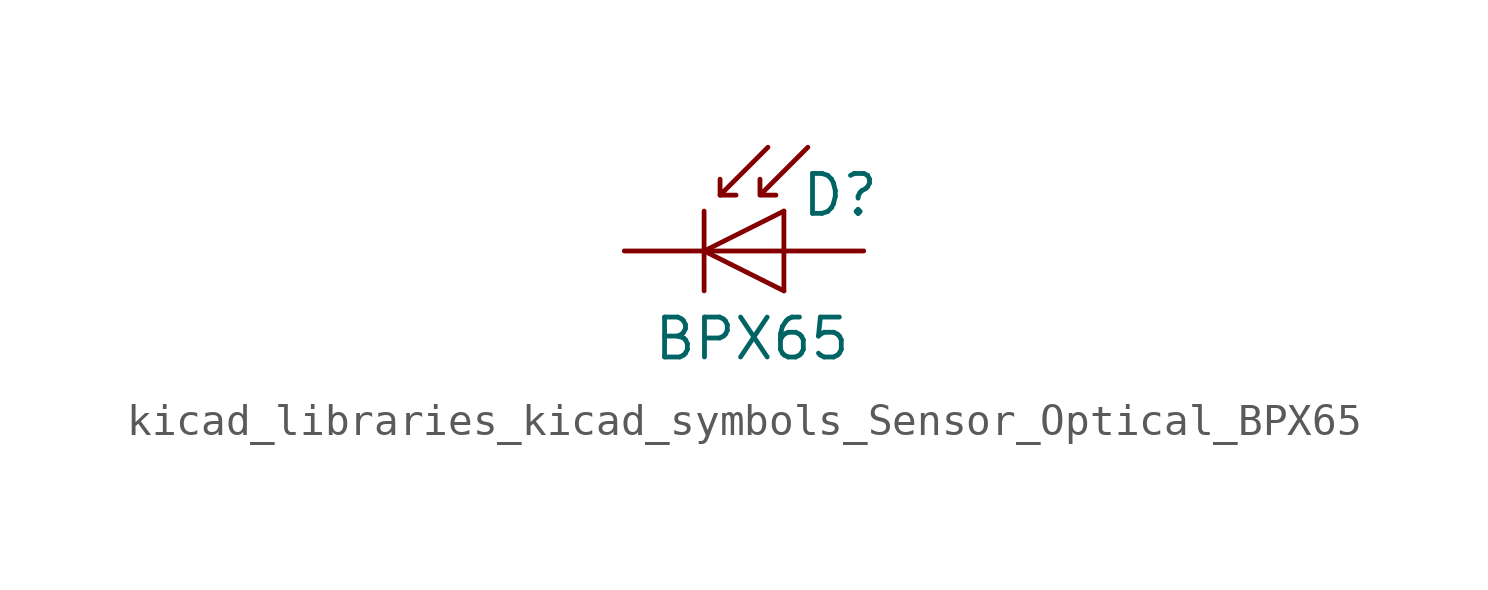
<source format=kicad_sym>
(kicad_symbol_lib
  (version 20220914)
  (generator kicad_symbol_editor)
  (symbol "kicad_libraries_kicad_symbols_Sensor_Optical_BPX65"
    (pin_numbers hide)
    (pin_names
      (offset 1.016) hide)
    (property "Reference" "D"
      (at 0.508 1.778 0)
      (effects (font (size 1.27 1.27)) (justify left)))
    (property "Value" "BPX65"
      (at -1.016 -2.794 0)
      (effects (font (size 1.27 1.27))))
    (symbol "kicad_libraries_kicad_symbols_Sensor_Optical_BPX65_0_1"
      (polyline (pts (xy -2.54 1.27) (xy -2.54 -1.27)) (stroke (width 0.152) (type default)) (fill (type none)))
      (polyline (pts (xy -2.032 1.778) (xy -1.524 1.778)) (stroke (width 0) (type default)) (fill (type none)))
      (polyline (pts (xy 0 -1.27) (xy 0 1.27)) (stroke (width 0) (type default)) (fill (type none)))
      (polyline (pts (xy 0 0) (xy -2.54 0)) (stroke (width 0) (type default)) (fill (type none)))
      (polyline (pts (xy -0.508 3.302) (xy -2.032 1.778) (xy -2.032 2.286)) (stroke (width 0) (type default)) (fill (type none)))
      (polyline (pts (xy 0 1.27) (xy -2.54 0) (xy 0 -1.27)) (stroke (width 0) (type default)) (fill (type none)))
      (polyline (pts (xy 0.762 3.302) (xy -0.762 1.778) (xy -0.762 2.286) (xy -0.762 1.778) (xy -0.254 1.778)) (stroke (width 0) (type default)) (fill (type none))))
    (symbol "kicad_libraries_kicad_symbols_Sensor_Optical_BPX65_1_1"
      (pin passive line (at -5.08 0 0) (length 2.54) (name "K" (effects (font (size 1.27 1.27)))) (number "1" (effects (font (size 1.27 1.27)))))
      (pin passive line (at 2.54 0 180) (length 2.54) (name "A" (effects (font (size 1.27 1.27)))) (number "2" (effects (font (size 1.27 1.27))))))))
</source>
